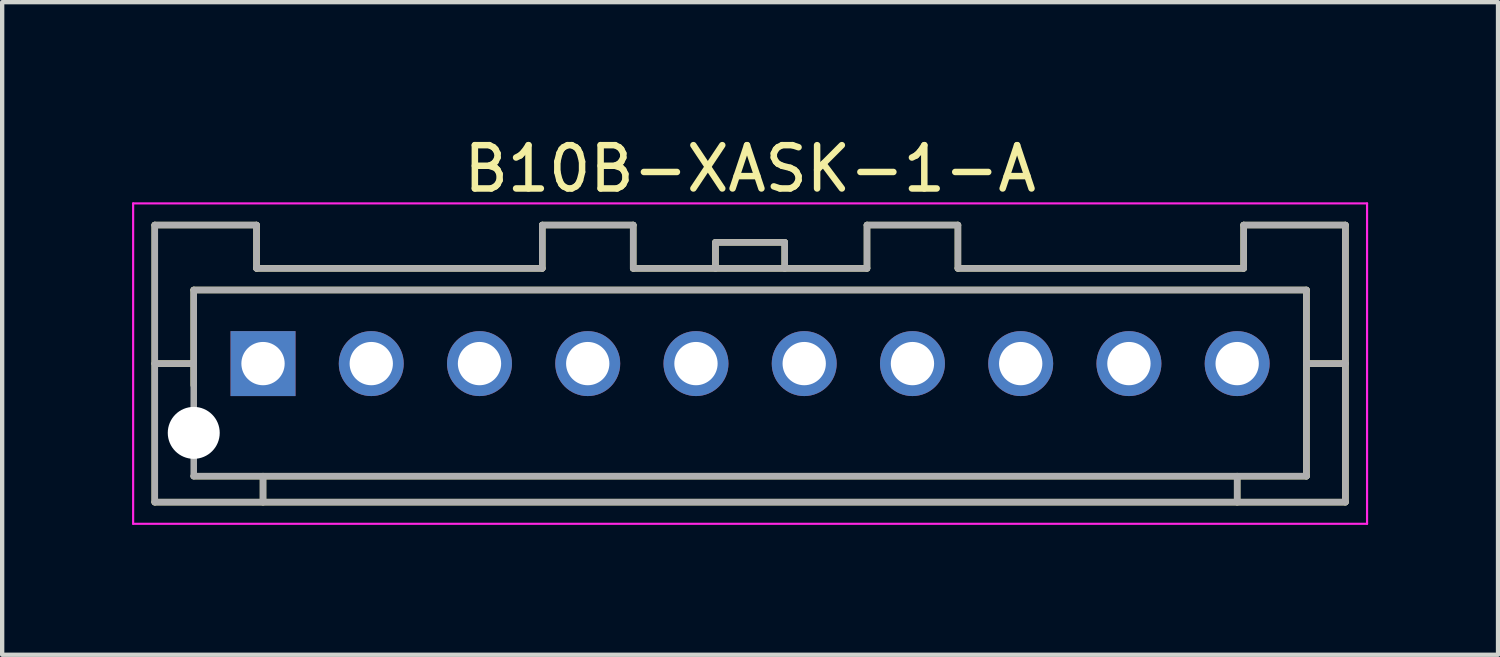
<source format=kicad_pcb>
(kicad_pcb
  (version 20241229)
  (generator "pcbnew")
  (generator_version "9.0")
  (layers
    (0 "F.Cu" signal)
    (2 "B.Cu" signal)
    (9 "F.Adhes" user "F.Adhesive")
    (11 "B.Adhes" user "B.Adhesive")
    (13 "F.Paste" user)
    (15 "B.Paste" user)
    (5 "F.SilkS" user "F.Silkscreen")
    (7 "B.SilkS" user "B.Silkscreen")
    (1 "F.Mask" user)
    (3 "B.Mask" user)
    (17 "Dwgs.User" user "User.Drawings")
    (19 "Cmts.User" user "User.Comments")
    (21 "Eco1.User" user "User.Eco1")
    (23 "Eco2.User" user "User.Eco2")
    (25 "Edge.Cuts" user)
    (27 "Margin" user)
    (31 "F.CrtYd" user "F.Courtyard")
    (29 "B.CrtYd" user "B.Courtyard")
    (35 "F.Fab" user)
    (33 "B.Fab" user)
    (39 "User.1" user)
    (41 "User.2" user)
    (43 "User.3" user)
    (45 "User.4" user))
  (footprint "B10B-XASK-1-A"
    (layer "F.Cu")
    (at 14.275 5.348)
    (property "Reference" "B10B-XASK-1-A" (at 0 -4.5 0) (layer "F.SilkS") (effects (font (size 1 1) (thickness 0.15))))
    (attr smd)
    (fp_line (start -13.75 -3.2) (end -13.75 3.2) (stroke (width 0.15) (type solid)) (layer "F.SilkS"))
    (fp_line (start -13.75 -3.2) (end -11.4 -3.2) (stroke (width 0.15) (type solid)) (layer "F.SilkS"))
    (fp_line (start -13.75 0) (end -12.85 0) (stroke (width 0.15) (type solid)) (layer "F.SilkS"))
    (fp_line (start -13.75 3.2) (end 13.75 3.2) (stroke (width 0.15) (type solid)) (layer "F.SilkS"))
    (fp_line (start -12.85 -1.7) (end -12.85 0.5) (stroke (width 0.15) (type solid)) (layer "F.SilkS"))
    (fp_line (start -12.85 -1.7) (end 12.85 -1.7) (stroke (width 0.15) (type solid)) (layer "F.SilkS"))
    (fp_line (start -12.85 2.6) (end 12.85 2.6) (stroke (width 0.15) (type solid)) (layer "F.SilkS"))
    (fp_line (start -11.4 -3.2) (end -11.4 -2.2) (stroke (width 0.15) (type solid)) (layer "F.SilkS"))
    (fp_line (start -11.4 -2.2) (end -4.8 -2.2) (stroke (width 0.15) (type solid)) (layer "F.SilkS"))
    (fp_line (start -11.25 2.6) (end -11.25 3.2) (stroke (width 0.15) (type solid)) (layer "F.SilkS"))
    (fp_line (start -4.8 -3.2) (end -4.8 -2.2) (stroke (width 0.15) (type solid)) (layer "F.SilkS"))
    (fp_line (start -4.8 -3.2) (end -2.7 -3.2) (stroke (width 0.15) (type solid)) (layer "F.SilkS"))
    (fp_line (start -2.7 -3.2) (end -2.7 -2.2) (stroke (width 0.15) (type solid)) (layer "F.SilkS"))
    (fp_line (start -2.7 -2.2) (end 2.7 -2.2) (stroke (width 0.15) (type solid)) (layer "F.SilkS"))
    (fp_line (start -0.8 -2.8) (end -0.8 -2.2) (stroke (width 0.15) (type solid)) (layer "F.SilkS"))
    (fp_line (start -0.8 -2.8) (end 0.8 -2.8) (stroke (width 0.15) (type solid)) (layer "F.SilkS"))
    (fp_line (start 0.8 -2.8) (end 0.8 -2.2) (stroke (width 0.15) (type solid)) (layer "F.SilkS"))
    (fp_line (start 2.7 -3.2) (end 2.7 -2.2) (stroke (width 0.15) (type solid)) (layer "F.SilkS"))
    (fp_line (start 2.7 -3.2) (end 4.8 -3.2) (stroke (width 0.15) (type solid)) (layer "F.SilkS"))
    (fp_line (start 4.8 -3.2) (end 4.8 -2.2) (stroke (width 0.15) (type solid)) (layer "F.SilkS"))
    (fp_line (start 4.8 -2.2) (end 11.4 -2.2) (stroke (width 0.15) (type solid)) (layer "F.SilkS"))
    (fp_line (start 11.25 2.6) (end 11.25 3.2) (stroke (width 0.15) (type solid)) (layer "F.SilkS"))
    (fp_line (start 11.4 -3.2) (end 11.4 -2.2) (stroke (width 0.15) (type solid)) (layer "F.SilkS"))
    (fp_line (start 11.4 -3.2) (end 13.75 -3.2) (stroke (width 0.15) (type solid)) (layer "F.SilkS"))
    (fp_line (start 12.85 -1.7) (end 12.85 2.6) (stroke (width 0.15) (type solid)) (layer "F.SilkS"))
    (fp_line (start 12.85 0) (end 13.75 0) (stroke (width 0.15) (type solid)) (layer "F.SilkS"))
    (fp_line (start 13.75 -3.2) (end 13.75 3.2) (stroke (width 0.15) (type solid)) (layer "F.SilkS"))
    (fp_line (start -14.25 -3.7) (end -14.25 3.7) (stroke (width 0.05) (type solid)) (layer "F.CrtYd"))
    (fp_line (start -14.25 -3.7) (end 14.25 -3.7) (stroke (width 0.05) (type solid)) (layer "F.CrtYd"))
    (fp_line (start -14.25 3.7) (end 14.25 3.7) (stroke (width 0.05) (type solid)) (layer "F.CrtYd"))
    (fp_line (start 14.25 -3.7) (end 14.25 3.7) (stroke (width 0.05) (type solid)) (layer "F.CrtYd"))
    (fp_line (start -13.75 -3.2) (end -13.75 3.2) (stroke (width 0.15) (type solid)) (layer "F.Fab"))
    (fp_line (start -13.75 -3.2) (end -11.4 -3.2) (stroke (width 0.15) (type solid)) (layer "F.Fab"))
    (fp_line (start -13.75 0) (end -12.85 0) (stroke (width 0.15) (type solid)) (layer "F.Fab"))
    (fp_line (start -13.75 3.2) (end 13.75 3.2) (stroke (width 0.15) (type solid)) (layer "F.Fab"))
    (fp_line (start -12.85 -1.7) (end -12.85 2.6) (stroke (width 0.15) (type solid)) (layer "F.Fab"))
    (fp_line (start -12.85 -1.7) (end 12.85 -1.7) (stroke (width 0.15) (type solid)) (layer "F.Fab"))
    (fp_line (start -12.85 2.6) (end 12.85 2.6) (stroke (width 0.15) (type solid)) (layer "F.Fab"))
    (fp_line (start -11.4 -3.2) (end -11.4 -2.2) (stroke (width 0.15) (type solid)) (layer "F.Fab"))
    (fp_line (start -11.4 -2.2) (end -4.8 -2.2) (stroke (width 0.15) (type solid)) (layer "F.Fab"))
    (fp_line (start -11.25 2.6) (end -11.25 3.2) (stroke (width 0.15) (type solid)) (layer "F.Fab"))
    (fp_line (start -4.8 -3.2) (end -4.8 -2.2) (stroke (width 0.15) (type solid)) (layer "F.Fab"))
    (fp_line (start -4.8 -3.2) (end -2.7 -3.2) (stroke (width 0.15) (type solid)) (layer "F.Fab"))
    (fp_line (start -2.7 -3.2) (end -2.7 -2.2) (stroke (width 0.15) (type solid)) (layer "F.Fab"))
    (fp_line (start -2.7 -2.2) (end 2.7 -2.2) (stroke (width 0.15) (type solid)) (layer "F.Fab"))
    (fp_line (start -0.8 -2.8) (end -0.8 -2.2) (stroke (width 0.15) (type solid)) (layer "F.Fab"))
    (fp_line (start -0.8 -2.8) (end 0.8 -2.8) (stroke (width 0.15) (type solid)) (layer "F.Fab"))
    (fp_line (start 0.8 -2.8) (end 0.8 -2.2) (stroke (width 0.15) (type solid)) (layer "F.Fab"))
    (fp_line (start 2.7 -3.2) (end 2.7 -2.2) (stroke (width 0.15) (type solid)) (layer "F.Fab"))
    (fp_line (start 2.7 -3.2) (end 4.8 -3.2) (stroke (width 0.15) (type solid)) (layer "F.Fab"))
    (fp_line (start 4.8 -3.2) (end 4.8 -2.2) (stroke (width 0.15) (type solid)) (layer "F.Fab"))
    (fp_line (start 4.8 -2.2) (end 11.4 -2.2) (stroke (width 0.15) (type solid)) (layer "F.Fab"))
    (fp_line (start 11.25 2.6) (end 11.25 3.2) (stroke (width 0.15) (type solid)) (layer "F.Fab"))
    (fp_line (start 11.4 -3.2) (end 11.4 -2.2) (stroke (width 0.15) (type solid)) (layer "F.Fab"))
    (fp_line (start 11.4 -3.2) (end 13.75 -3.2) (stroke (width 0.15) (type solid)) (layer "F.Fab"))
    (fp_line (start 12.85 -1.7) (end 12.85 2.6) (stroke (width 0.15) (type solid)) (layer "F.Fab"))
    (fp_line (start 12.85 0) (end 13.75 0) (stroke (width 0.15) (type solid)) (layer "F.Fab"))
    (fp_line (start 13.75 -3.2) (end 13.75 3.2) (stroke (width 0.15) (type solid)) (layer "F.Fab"))
    (pad "" np_thru_hole circle (at -12.85 1.6) (size 1.2 1.2) (drill 1.2) (layers "*.Cu" "*.Mask"))
    (pad "1" thru_hole rect (at -11.25 0) (size 1.5 1.5) (drill 1) (layers "*.Cu" "*.Mask"))
    (pad "2" thru_hole circle (at -8.75 0) (size 1.5 1.5) (drill 1) (layers "*.Cu" "*.Mask"))
    (pad "3" thru_hole circle (at -6.25 0) (size 1.5 1.5) (drill 1) (layers "*.Cu" "*.Mask"))
    (pad "4" thru_hole circle (at -3.75 0) (size 1.5 1.5) (drill 1) (layers "*.Cu" "*.Mask"))
    (pad "5" thru_hole circle (at -1.25 0) (size 1.5 1.5) (drill 1) (layers "*.Cu" "*.Mask"))
    (pad "6" thru_hole circle (at 1.25 0) (size 1.5 1.5) (drill 1) (layers "*.Cu" "*.Mask"))
    (pad "7" thru_hole circle (at 3.75 0) (size 1.5 1.5) (drill 1) (layers "*.Cu" "*.Mask"))
    (pad "8" thru_hole circle (at 6.25 0) (size 1.5 1.5) (drill 1) (layers "*.Cu" "*.Mask"))
    (pad "9" thru_hole circle (at 8.75 0) (size 1.5 1.5) (drill 1) (layers "*.Cu" "*.Mask"))
    (pad "10" thru_hole circle (at 11.25 0) (size 1.5 1.5) (drill 1) (layers "*.Cu" "*.Mask")))
  (gr_rect
    (start -3 -3)
    (end 31.55 12.073)
    (stroke (width 0.1) (type default))
    (fill no)
    (layer "Edge.Cuts")))
</source>
